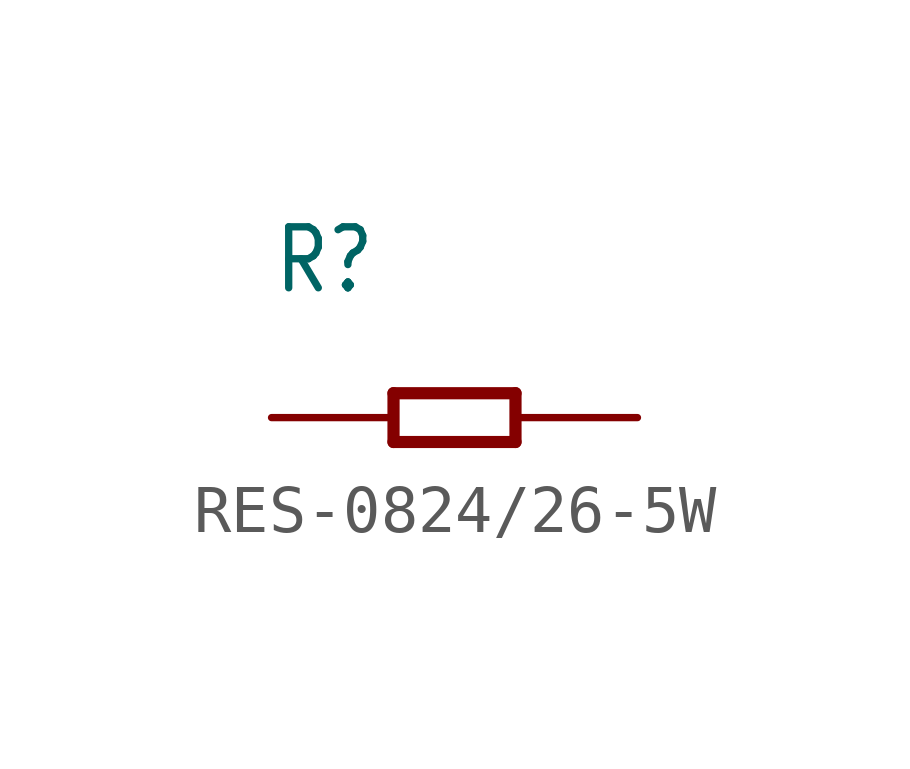
<source format=kicad_sym>
(kicad_symbol_lib
  (version 20220914)
  (generator kicad_symbol_editor)
  (symbol "RES-0824/26-5W"
    (property "Reference" "R"
      (at -3.81 2.54 0)
      (effects (font (size 1.27 1.079)) (justify left bottom)))
    (property "Value" ""
      (at -3.81 1.27 0)
      (effects (font (size 1.27 1.079)) (justify left bottom)))
    (property "ki_locked" ""
      (at 0 0 0)
      (effects (font (size 1.27 1.27))))
    (symbol "RES-0824/26-5W_1_0"
      (polyline (pts (xy -1.27 -0.508) (xy -1.27 0.508)) (stroke (width 0.254) (type solid)) (fill (type none)))
      (polyline (pts (xy -1.27 0.508) (xy 1.27 0.508)) (stroke (width 0.254) (type solid)) (fill (type none)))
      (polyline (pts (xy 1.27 -0.508) (xy -1.27 -0.508)) (stroke (width 0.254) (type solid)) (fill (type none)))
      (polyline (pts (xy 1.27 0.508) (xy 1.27 -0.508)) (stroke (width 0.254) (type solid)) (fill (type none)))
      (pin passive line (at -3.81 0 0) (length 2.54) (name "1" (effects (font (size 0 0)))) (number "1" (effects (font (size 0 0)))))
      (pin passive line (at 3.81 0 180) (length 2.54) (name "2" (effects (font (size 0 0)))) (number "2" (effects (font (size 0 0))))))))
</source>
